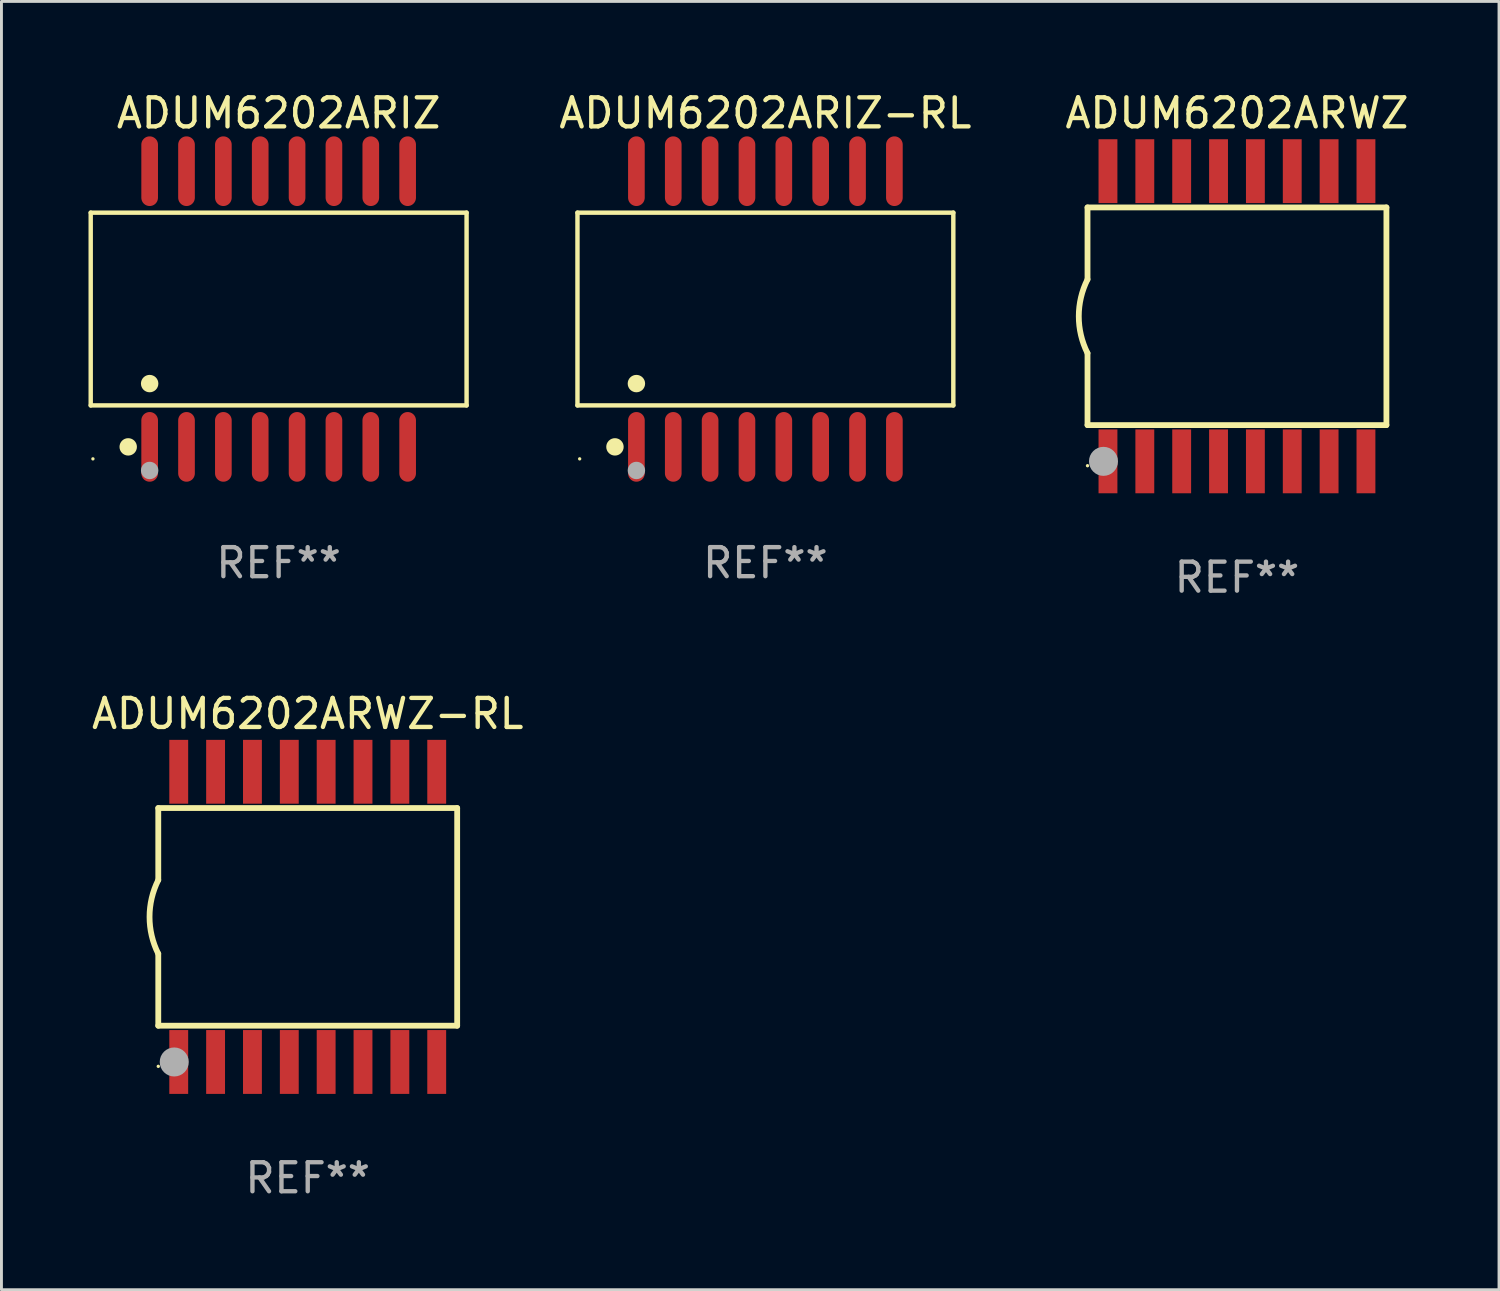
<source format=kicad_pcb>
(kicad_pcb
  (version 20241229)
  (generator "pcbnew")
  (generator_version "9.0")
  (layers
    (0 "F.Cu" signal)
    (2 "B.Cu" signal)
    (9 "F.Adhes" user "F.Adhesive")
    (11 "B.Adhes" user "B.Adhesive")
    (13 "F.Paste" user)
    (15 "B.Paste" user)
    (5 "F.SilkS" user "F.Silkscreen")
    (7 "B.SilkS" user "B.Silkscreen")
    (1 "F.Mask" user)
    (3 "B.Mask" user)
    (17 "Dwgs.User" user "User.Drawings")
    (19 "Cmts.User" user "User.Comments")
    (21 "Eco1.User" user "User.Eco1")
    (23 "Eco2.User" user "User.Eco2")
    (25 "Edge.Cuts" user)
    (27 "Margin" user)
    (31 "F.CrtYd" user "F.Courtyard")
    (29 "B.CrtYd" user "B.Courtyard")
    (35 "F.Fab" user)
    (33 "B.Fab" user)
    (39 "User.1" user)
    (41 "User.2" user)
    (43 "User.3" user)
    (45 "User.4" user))
  (footprint "ADUM6202ARIZ-RL"
    (layer "F.Cu")
    (at 23.325 7.599)
    (property "Reference" "ADUM6202ARIZ-RL" (at 0 -6.75 0) (layer "F.SilkS") (effects (font (size 1 1) (thickness 0.15))))
    (attr through_hole)
    (fp_line (start -6.476 -3.321) (end 6.476 -3.321) (stroke (width 0.152) (type solid)) (layer "F.SilkS"))
    (fp_line (start -6.476 3.321) (end -6.476 -3.321) (stroke (width 0.152) (type solid)) (layer "F.SilkS"))
    (fp_line (start 6.476 -3.321) (end 6.476 3.321) (stroke (width 0.152) (type solid)) (layer "F.SilkS"))
    (fp_line (start 6.476 3.321) (end -6.476 3.321) (stroke (width 0.152) (type solid)) (layer "F.SilkS"))
    (fp_circle (center -6.4 5.163) (end -6.37 5.163) (stroke (width 0.06) (type solid)) (fill no) (layer "F.SilkS"))
    (fp_circle (center -5.184 4.75) (end -5.034 4.75) (stroke (width 0.3) (type solid)) (fill no) (layer "F.SilkS"))
    (fp_circle (center -4.445 2.569) (end -4.295 2.569) (stroke (width 0.3) (type solid)) (fill no) (layer "F.SilkS"))
    (fp_circle (center -4.445 5.563) (end -4.295 5.563) (stroke (width 0.3) (type solid)) (fill no) (layer "F.Fab"))
    (fp_text user "REF**" (at 0 8.75 0) (layer "F.Fab") (effects (font (size 1 1) (thickness 0.15))))
    (pad "1" smd oval (at -4.445 4.75) (size 0.574 2.401) (layers "F.Cu" "F.Mask" "F.Paste"))
    (pad "2" smd oval (at -3.175 4.75) (size 0.574 2.401) (layers "F.Cu" "F.Mask" "F.Paste"))
    (pad "3" smd oval (at -1.905 4.75) (size 0.574 2.401) (layers "F.Cu" "F.Mask" "F.Paste"))
    (pad "4" smd oval (at -0.635 4.75) (size 0.574 2.401) (layers "F.Cu" "F.Mask" "F.Paste"))
    (pad "5" smd oval (at 0.635 4.75) (size 0.574 2.401) (layers "F.Cu" "F.Mask" "F.Paste"))
    (pad "6" smd oval (at 1.905 4.75) (size 0.574 2.401) (layers "F.Cu" "F.Mask" "F.Paste"))
    (pad "7" smd oval (at 3.175 4.75) (size 0.574 2.401) (layers "F.Cu" "F.Mask" "F.Paste"))
    (pad "8" smd oval (at 4.445 4.75) (size 0.574 2.401) (layers "F.Cu" "F.Mask" "F.Paste"))
    (pad "9" smd oval (at 4.445 -4.75) (size 0.574 2.401) (layers "F.Cu" "F.Mask" "F.Paste"))
    (pad "10" smd oval (at 3.175 -4.75) (size 0.574 2.401) (layers "F.Cu" "F.Mask" "F.Paste"))
    (pad "11" smd oval (at 1.905 -4.75) (size 0.574 2.401) (layers "F.Cu" "F.Mask" "F.Paste"))
    (pad "12" smd oval (at 0.635 -4.75) (size 0.574 2.401) (layers "F.Cu" "F.Mask" "F.Paste"))
    (pad "13" smd oval (at -0.635 -4.75) (size 0.574 2.401) (layers "F.Cu" "F.Mask" "F.Paste"))
    (pad "14" smd oval (at -1.905 -4.75) (size 0.574 2.401) (layers "F.Cu" "F.Mask" "F.Paste"))
    (pad "15" smd oval (at -3.175 -4.75) (size 0.574 2.401) (layers "F.Cu" "F.Mask" "F.Paste"))
    (pad "16" smd oval (at -4.445 -4.75) (size 0.574 2.401) (layers "F.Cu" "F.Mask" "F.Paste")))
  (footprint "ADUM6202ARWZ-RL"
    (layer "F.Cu")
    (at 7.554 28.545)
    (property "Reference" "ADUM6202ARWZ-RL" (at 0 -7 0) (layer "F.SilkS") (effects (font (size 1 1) (thickness 0.15))))
    (attr through_hole)
    (fp_line (start -5.15 -3.75) (end -5.15 -1.27) (stroke (width 0.2) (type solid)) (layer "F.SilkS"))
    (fp_line (start -5.15 -3.75) (end 5.15 -3.75) (stroke (width 0.2) (type solid)) (layer "F.SilkS"))
    (fp_line (start -5.15 3.75) (end -5.15 1.27) (stroke (width 0.2) (type solid)) (layer "F.SilkS"))
    (fp_line (start 5.15 -3.75) (end 5.15 3.75) (stroke (width 0.2) (type solid)) (layer "F.SilkS"))
    (fp_line (start 5.15 3.75) (end -5.15 3.75) (stroke (width 0.2) (type solid)) (layer "F.SilkS"))
    (fp_arc (start -5.151131 1.270003) (mid -5.450556 -0.000132) (end -5.150013 -1.270003) (stroke (width 0.2) (type solid)) (layer "F.SilkS"))
    (fp_circle (center -5.15 5.15) (end -5.12 5.15) (stroke (width 0.06) (type solid)) (fill no) (layer "F.SilkS"))
    (fp_circle (center -4.6 5) (end -4.35 5) (stroke (width 0.5) (type solid)) (fill no) (layer "F.Fab"))
    (fp_text user "REF**" (at 0 9 0) (layer "F.Fab") (effects (font (size 1 1) (thickness 0.15))))
    (pad "1" smd rect (at -4.445 5) (size 0.65 2.2) (layers "F.Cu" "F.Mask" "F.Paste"))
    (pad "2" smd rect (at -3.175 5) (size 0.65 2.2) (layers "F.Cu" "F.Mask" "F.Paste"))
    (pad "3" smd rect (at -1.905 5) (size 0.65 2.2) (layers "F.Cu" "F.Mask" "F.Paste"))
    (pad "4" smd rect (at -0.635 5) (size 0.65 2.2) (layers "F.Cu" "F.Mask" "F.Paste"))
    (pad "5" smd rect (at 0.635 5) (size 0.65 2.2) (layers "F.Cu" "F.Mask" "F.Paste"))
    (pad "6" smd rect (at 1.905 5) (size 0.65 2.2) (layers "F.Cu" "F.Mask" "F.Paste"))
    (pad "7" smd rect (at 3.175 5) (size 0.65 2.2) (layers "F.Cu" "F.Mask" "F.Paste"))
    (pad "8" smd rect (at 4.445 5) (size 0.65 2.2) (layers "F.Cu" "F.Mask" "F.Paste"))
    (pad "9" smd rect (at 4.445 -5) (size 0.65 2.2) (layers "F.Cu" "F.Mask" "F.Paste"))
    (pad "10" smd rect (at 3.175 -5) (size 0.65 2.2) (layers "F.Cu" "F.Mask" "F.Paste"))
    (pad "11" smd rect (at 1.905 -5) (size 0.65 2.2) (layers "F.Cu" "F.Mask" "F.Paste"))
    (pad "12" smd rect (at 0.635 -5) (size 0.65 2.2) (layers "F.Cu" "F.Mask" "F.Paste"))
    (pad "13" smd rect (at -0.635 -5) (size 0.65 2.2) (layers "F.Cu" "F.Mask" "F.Paste"))
    (pad "14" smd rect (at -1.905 -5) (size 0.65 2.2) (layers "F.Cu" "F.Mask" "F.Paste"))
    (pad "15" smd rect (at -3.175 -5) (size 0.65 2.2) (layers "F.Cu" "F.Mask" "F.Paste"))
    (pad "16" smd rect (at -4.445 -5) (size 0.65 2.2) (layers "F.Cu" "F.Mask" "F.Paste")))
  (footprint "ADUM6202ARWZ"
    (layer "F.Cu")
    (at 39.575 7.848)
    (property "Reference" "ADUM6202ARWZ" (at 0 -7 0) (layer "F.SilkS") (effects (font (size 1 1) (thickness 0.15))))
    (attr through_hole)
    (fp_line (start -5.15 -3.75) (end -5.15 -1.27) (stroke (width 0.2) (type solid)) (layer "F.SilkS"))
    (fp_line (start -5.15 -3.75) (end 5.15 -3.75) (stroke (width 0.2) (type solid)) (layer "F.SilkS"))
    (fp_line (start -5.15 3.75) (end -5.15 1.27) (stroke (width 0.2) (type solid)) (layer "F.SilkS"))
    (fp_line (start 5.15 -3.75) (end 5.15 3.75) (stroke (width 0.2) (type solid)) (layer "F.SilkS"))
    (fp_line (start 5.15 3.75) (end -5.15 3.75) (stroke (width 0.2) (type solid)) (layer "F.SilkS"))
    (fp_arc (start -5.151131 1.270003) (mid -5.450556 -0.000132) (end -5.150013 -1.270003) (stroke (width 0.2) (type solid)) (layer "F.SilkS"))
    (fp_circle (center -5.15 5.15) (end -5.12 5.15) (stroke (width 0.06) (type solid)) (fill no) (layer "F.SilkS"))
    (fp_circle (center -4.6 5) (end -4.35 5) (stroke (width 0.5) (type solid)) (fill no) (layer "F.Fab"))
    (fp_text user "REF**" (at 0 9 0) (layer "F.Fab") (effects (font (size 1 1) (thickness 0.15))))
    (pad "1" smd rect (at -4.445 5) (size 0.65 2.2) (layers "F.Cu" "F.Mask" "F.Paste"))
    (pad "2" smd rect (at -3.175 5) (size 0.65 2.2) (layers "F.Cu" "F.Mask" "F.Paste"))
    (pad "3" smd rect (at -1.905 5) (size 0.65 2.2) (layers "F.Cu" "F.Mask" "F.Paste"))
    (pad "4" smd rect (at -0.635 5) (size 0.65 2.2) (layers "F.Cu" "F.Mask" "F.Paste"))
    (pad "5" smd rect (at 0.635 5) (size 0.65 2.2) (layers "F.Cu" "F.Mask" "F.Paste"))
    (pad "6" smd rect (at 1.905 5) (size 0.65 2.2) (layers "F.Cu" "F.Mask" "F.Paste"))
    (pad "7" smd rect (at 3.175 5) (size 0.65 2.2) (layers "F.Cu" "F.Mask" "F.Paste"))
    (pad "8" smd rect (at 4.445 5) (size 0.65 2.2) (layers "F.Cu" "F.Mask" "F.Paste"))
    (pad "9" smd rect (at 4.445 -5) (size 0.65 2.2) (layers "F.Cu" "F.Mask" "F.Paste"))
    (pad "10" smd rect (at 3.175 -5) (size 0.65 2.2) (layers "F.Cu" "F.Mask" "F.Paste"))
    (pad "11" smd rect (at 1.905 -5) (size 0.65 2.2) (layers "F.Cu" "F.Mask" "F.Paste"))
    (pad "12" smd rect (at 0.635 -5) (size 0.65 2.2) (layers "F.Cu" "F.Mask" "F.Paste"))
    (pad "13" smd rect (at -0.635 -5) (size 0.65 2.2) (layers "F.Cu" "F.Mask" "F.Paste"))
    (pad "14" smd rect (at -1.905 -5) (size 0.65 2.2) (layers "F.Cu" "F.Mask" "F.Paste"))
    (pad "15" smd rect (at -3.175 -5) (size 0.65 2.2) (layers "F.Cu" "F.Mask" "F.Paste"))
    (pad "16" smd rect (at -4.445 -5) (size 0.65 2.2) (layers "F.Cu" "F.Mask" "F.Paste")))
  (footprint "ADUM6202ARIZ"
    (layer "F.Cu")
    (at 6.552 7.599)
    (property "Reference" "ADUM6202ARIZ" (at 0 -6.75 0) (layer "F.SilkS") (effects (font (size 1 1) (thickness 0.15))))
    (attr through_hole)
    (fp_line (start -6.476 -3.321) (end 6.476 -3.321) (stroke (width 0.152) (type solid)) (layer "F.SilkS"))
    (fp_line (start -6.476 3.321) (end -6.476 -3.321) (stroke (width 0.152) (type solid)) (layer "F.SilkS"))
    (fp_line (start 6.476 -3.321) (end 6.476 3.321) (stroke (width 0.152) (type solid)) (layer "F.SilkS"))
    (fp_line (start 6.476 3.321) (end -6.476 3.321) (stroke (width 0.152) (type solid)) (layer "F.SilkS"))
    (fp_circle (center -6.4 5.163) (end -6.37 5.163) (stroke (width 0.06) (type solid)) (fill no) (layer "F.SilkS"))
    (fp_circle (center -5.184 4.75) (end -5.034 4.75) (stroke (width 0.3) (type solid)) (fill no) (layer "F.SilkS"))
    (fp_circle (center -4.445 2.569) (end -4.295 2.569) (stroke (width 0.3) (type solid)) (fill no) (layer "F.SilkS"))
    (fp_circle (center -4.445 5.563) (end -4.295 5.563) (stroke (width 0.3) (type solid)) (fill no) (layer "F.Fab"))
    (fp_text user "REF**" (at 0 8.75 0) (layer "F.Fab") (effects (font (size 1 1) (thickness 0.15))))
    (pad "1" smd oval (at -4.445 4.75) (size 0.574 2.401) (layers "F.Cu" "F.Mask" "F.Paste"))
    (pad "2" smd oval (at -3.175 4.75) (size 0.574 2.401) (layers "F.Cu" "F.Mask" "F.Paste"))
    (pad "3" smd oval (at -1.905 4.75) (size 0.574 2.401) (layers "F.Cu" "F.Mask" "F.Paste"))
    (pad "4" smd oval (at -0.635 4.75) (size 0.574 2.401) (layers "F.Cu" "F.Mask" "F.Paste"))
    (pad "5" smd oval (at 0.635 4.75) (size 0.574 2.401) (layers "F.Cu" "F.Mask" "F.Paste"))
    (pad "6" smd oval (at 1.905 4.75) (size 0.574 2.401) (layers "F.Cu" "F.Mask" "F.Paste"))
    (pad "7" smd oval (at 3.175 4.75) (size 0.574 2.401) (layers "F.Cu" "F.Mask" "F.Paste"))
    (pad "8" smd oval (at 4.445 4.75) (size 0.574 2.401) (layers "F.Cu" "F.Mask" "F.Paste"))
    (pad "9" smd oval (at 4.445 -4.75) (size 0.574 2.401) (layers "F.Cu" "F.Mask" "F.Paste"))
    (pad "10" smd oval (at 3.175 -4.75) (size 0.574 2.401) (layers "F.Cu" "F.Mask" "F.Paste"))
    (pad "11" smd oval (at 1.905 -4.75) (size 0.574 2.401) (layers "F.Cu" "F.Mask" "F.Paste"))
    (pad "12" smd oval (at 0.635 -4.75) (size 0.574 2.401) (layers "F.Cu" "F.Mask" "F.Paste"))
    (pad "13" smd oval (at -0.635 -4.75) (size 0.574 2.401) (layers "F.Cu" "F.Mask" "F.Paste"))
    (pad "14" smd oval (at -1.905 -4.75) (size 0.574 2.401) (layers "F.Cu" "F.Mask" "F.Paste"))
    (pad "15" smd oval (at -3.175 -4.75) (size 0.574 2.401) (layers "F.Cu" "F.Mask" "F.Paste"))
    (pad "16" smd oval (at -4.445 -4.75) (size 0.574 2.401) (layers "F.Cu" "F.Mask" "F.Paste")))
  (gr_rect
    (start -3 -3)
    (end 48.605 41.393)
    (stroke (width 0.1) (type default))
    (fill no)
    (layer "Edge.Cuts")))
</source>
